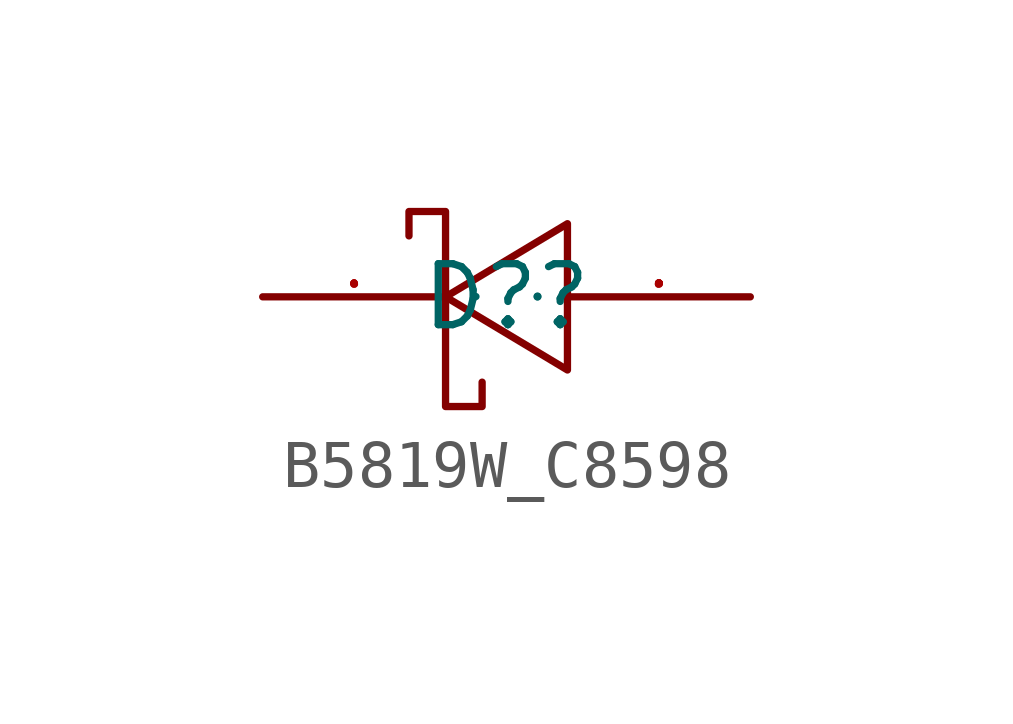
<source format=kicad_sym>
(kicad_symbol_lib
  (version 20231120)
  (generator "kicad_symbol_editor")
  (generator_version "8.0")
  (symbol "B5819W_C8598"
    (property "Reference" "D?"
      (at 0 0 0)
      (effects (font (size 1.27 1.27))))
    (property "Value" ""
      (at 0 0 0)
      (effects (font (size 1.27 1.27))))
    (symbol "B5819W_C8598_1_0"
      (polyline (pts (xy 1.27 1.524) (xy -1.27 0) (xy -1.27 0) (xy 1.27 -1.524) (xy 1.27 -1.524) (xy 1.27 1.524)) (stroke (width 0) (type default)) (fill (type none)))
      (polyline (pts (xy -0.508 -1.778) (xy -0.508 -2.286) (xy -0.508 -2.286) (xy -1.27 -2.286) (xy -1.27 -2.286) (xy -1.27 1.016) (xy -1.27 1.016) (xy -1.27 1.778) (xy -1.27 1.778) (xy -2.032 1.778) (xy -2.032 1.778) (xy -2.032 1.27)) (stroke (width 0) (type default)) (fill (type none)))
      (pin unspecified line (at -5.08 0 0) (length 3.81) (name "-" (effects (font (size 0.025 0.025)))) (number "1" (effects (font (size 0.025 0.025)))))
      (pin unspecified line (at 5.08 0 180) (length 3.81) (name "+" (effects (font (size 0.025 0.025)))) (number "2" (effects (font (size 0.025 0.025))))))))
</source>
